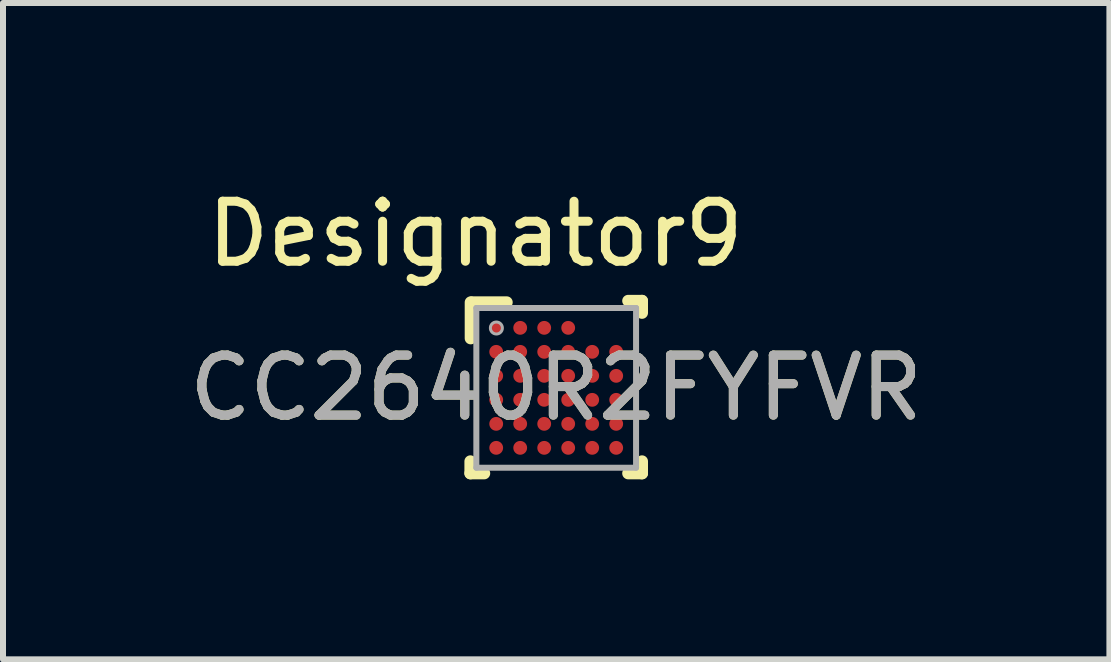
<source format=kicad_pcb>
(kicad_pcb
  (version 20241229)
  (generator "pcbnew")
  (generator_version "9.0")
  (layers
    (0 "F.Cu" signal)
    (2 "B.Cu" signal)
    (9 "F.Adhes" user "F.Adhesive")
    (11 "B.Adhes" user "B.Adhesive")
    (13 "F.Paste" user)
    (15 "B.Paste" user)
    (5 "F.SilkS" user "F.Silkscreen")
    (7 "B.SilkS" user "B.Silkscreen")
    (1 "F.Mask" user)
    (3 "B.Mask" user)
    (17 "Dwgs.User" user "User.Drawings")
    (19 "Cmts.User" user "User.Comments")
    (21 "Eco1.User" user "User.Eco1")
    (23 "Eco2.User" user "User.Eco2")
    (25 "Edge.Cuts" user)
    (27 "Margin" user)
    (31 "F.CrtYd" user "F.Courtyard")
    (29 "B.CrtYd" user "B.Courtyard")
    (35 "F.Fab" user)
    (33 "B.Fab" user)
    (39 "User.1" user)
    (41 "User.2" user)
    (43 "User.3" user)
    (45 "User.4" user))
  (footprint "CC2640R2FYFVR"
    (layer "F.Cu")
    (at 6.22 3.414)
    (property "Reference" "CC2640R2FYFVR" (at 0 0 0) (unlocked yes) (layer "F.SilkS") (effects (font (size 1 1) (thickness 0.15))))
    (attr smd)
    (fp_line (start -1.43 1.425) (end -1.43 1.225) (stroke (width 0.2) (type solid)) (layer "F.SilkS"))
    (fp_line (start -1.43 1.425) (end -1.2 1.425) (stroke (width 0.2) (type solid)) (layer "F.SilkS"))
    (fp_line (start -1.425 -0.825) (end -1.425 -1.425) (stroke (width 0.2) (type solid)) (layer "F.SilkS"))
    (fp_line (start -1.405 -1.425) (end -0.825 -1.425) (stroke (width 0.2) (type solid)) (layer "F.SilkS"))
    (fp_line (start 1.2 -1.45) (end 1.43 -1.45) (stroke (width 0.2) (type solid)) (layer "F.SilkS"))
    (fp_line (start 1.2 1.425) (end 1.43 1.425) (stroke (width 0.2) (type solid)) (layer "F.SilkS"))
    (fp_line (start 1.43 -1.25) (end 1.43 -1.45) (stroke (width 0.2) (type solid)) (layer "F.SilkS"))
    (fp_line (start 1.43 1.425) (end 1.43 1.225) (stroke (width 0.2) (type solid)) (layer "F.SilkS"))
    (fp_circle (center -1.075 -1.075) (end -1.05 -1.075) (stroke (width 0.05) (type solid)) (fill no) (layer "F.Paste"))
    (fp_circle (center -1.075 -0.925) (end -1.05 -0.925) (stroke (width 0.05) (type solid)) (fill no) (layer "F.Paste"))
    (fp_circle (center -1.075 -0.675) (end -1.05 -0.675) (stroke (width 0.05) (type solid)) (fill no) (layer "F.Paste"))
    (fp_circle (center -1.075 -0.525) (end -1.05 -0.525) (stroke (width 0.05) (type solid)) (fill no) (layer "F.Paste"))
    (fp_circle (center -1.075 -0.275) (end -1.05 -0.275) (stroke (width 0.05) (type solid)) (fill no) (layer "F.Paste"))
    (fp_circle (center -1.075 -0.125) (end -1.05 -0.125) (stroke (width 0.05) (type solid)) (fill no) (layer "F.Paste"))
    (fp_circle (center -1.075 0.125) (end -1.05 0.125) (stroke (width 0.05) (type solid)) (fill no) (layer "F.Paste"))
    (fp_circle (center -1.075 0.275) (end -1.05 0.275) (stroke (width 0.05) (type solid)) (fill no) (layer "F.Paste"))
    (fp_circle (center -1.075 0.525) (end -1.05 0.525) (stroke (width 0.05) (type solid)) (fill no) (layer "F.Paste"))
    (fp_circle (center -1.075 0.675) (end -1.05 0.675) (stroke (width 0.05) (type solid)) (fill no) (layer "F.Paste"))
    (fp_circle (center -1.075 0.925) (end -1.05 0.925) (stroke (width 0.05) (type solid)) (fill no) (layer "F.Paste"))
    (fp_circle (center -1.075 1.075) (end -1.05 1.075) (stroke (width 0.05) (type solid)) (fill no) (layer "F.Paste"))
    (fp_circle (center -0.925 -1.075) (end -0.9 -1.075) (stroke (width 0.05) (type solid)) (fill no) (layer "F.Paste"))
    (fp_circle (center -0.925 -0.925) (end -0.9 -0.925) (stroke (width 0.05) (type solid)) (fill no) (layer "F.Paste"))
    (fp_circle (center -0.925 -0.675) (end -0.9 -0.675) (stroke (width 0.05) (type solid)) (fill no) (layer "F.Paste"))
    (fp_circle (center -0.925 -0.525) (end -0.9 -0.525) (stroke (width 0.05) (type solid)) (fill no) (layer "F.Paste"))
    (fp_circle (center -0.925 -0.275) (end -0.9 -0.275) (stroke (width 0.05) (type solid)) (fill no) (layer "F.Paste"))
    (fp_circle (center -0.925 -0.125) (end -0.9 -0.125) (stroke (width 0.05) (type solid)) (fill no) (layer "F.Paste"))
    (fp_circle (center -0.925 0.125) (end -0.9 0.125) (stroke (width 0.05) (type solid)) (fill no) (layer "F.Paste"))
    (fp_circle (center -0.925 0.275) (end -0.9 0.275) (stroke (width 0.05) (type solid)) (fill no) (layer "F.Paste"))
    (fp_circle (center -0.925 0.525) (end -0.9 0.525) (stroke (width 0.05) (type solid)) (fill no) (layer "F.Paste"))
    (fp_circle (center -0.925 0.675) (end -0.9 0.675) (stroke (width 0.05) (type solid)) (fill no) (layer "F.Paste"))
    (fp_circle (center -0.925 0.925) (end -0.9 0.925) (stroke (width 0.05) (type solid)) (fill no) (layer "F.Paste"))
    (fp_circle (center -0.925 1.075) (end -0.9 1.075) (stroke (width 0.05) (type solid)) (fill no) (layer "F.Paste"))
    (fp_circle (center -0.675 -1.075) (end -0.65 -1.075) (stroke (width 0.05) (type solid)) (fill no) (layer "F.Paste"))
    (fp_circle (center -0.675 -0.925) (end -0.65 -0.925) (stroke (width 0.05) (type solid)) (fill no) (layer "F.Paste"))
    (fp_circle (center -0.675 -0.675) (end -0.65 -0.675) (stroke (width 0.05) (type solid)) (fill no) (layer "F.Paste"))
    (fp_circle (center -0.675 -0.525) (end -0.65 -0.525) (stroke (width 0.05) (type solid)) (fill no) (layer "F.Paste"))
    (fp_circle (center -0.675 -0.275) (end -0.65 -0.275) (stroke (width 0.05) (type solid)) (fill no) (layer "F.Paste"))
    (fp_circle (center -0.675 -0.125) (end -0.65 -0.125) (stroke (width 0.05) (type solid)) (fill no) (layer "F.Paste"))
    (fp_circle (center -0.675 0.125) (end -0.65 0.125) (stroke (width 0.05) (type solid)) (fill no) (layer "F.Paste"))
    (fp_circle (center -0.675 0.275) (end -0.65 0.275) (stroke (width 0.05) (type solid)) (fill no) (layer "F.Paste"))
    (fp_circle (center -0.675 0.525) (end -0.65 0.525) (stroke (width 0.05) (type solid)) (fill no) (layer "F.Paste"))
    (fp_circle (center -0.675 0.675) (end -0.65 0.675) (stroke (width 0.05) (type solid)) (fill no) (layer "F.Paste"))
    (fp_circle (center -0.675 0.925) (end -0.65 0.925) (stroke (width 0.05) (type solid)) (fill no) (layer "F.Paste"))
    (fp_circle (center -0.675 1.075) (end -0.65 1.075) (stroke (width 0.05) (type solid)) (fill no) (layer "F.Paste"))
    (fp_circle (center -0.525 -1.075) (end -0.5 -1.075) (stroke (width 0.05) (type solid)) (fill no) (layer "F.Paste"))
    (fp_circle (center -0.525 -0.925) (end -0.5 -0.925) (stroke (width 0.05) (type solid)) (fill no) (layer "F.Paste"))
    (fp_circle (center -0.525 -0.675) (end -0.5 -0.675) (stroke (width 0.05) (type solid)) (fill no) (layer "F.Paste"))
    (fp_circle (center -0.525 -0.525) (end -0.5 -0.525) (stroke (width 0.05) (type solid)) (fill no) (layer "F.Paste"))
    (fp_circle (center -0.525 -0.275) (end -0.5 -0.275) (stroke (width 0.05) (type solid)) (fill no) (layer "F.Paste"))
    (fp_circle (center -0.525 -0.125) (end -0.5 -0.125) (stroke (width 0.05) (type solid)) (fill no) (layer "F.Paste"))
    (fp_circle (center -0.525 0.125) (end -0.5 0.125) (stroke (width 0.05) (type solid)) (fill no) (layer "F.Paste"))
    (fp_circle (center -0.525 0.275) (end -0.5 0.275) (stroke (width 0.05) (type solid)) (fill no) (layer "F.Paste"))
    (fp_circle (center -0.525 0.525) (end -0.5 0.525) (stroke (width 0.05) (type solid)) (fill no) (layer "F.Paste"))
    (fp_circle (center -0.525 0.675) (end -0.5 0.675) (stroke (width 0.05) (type solid)) (fill no) (layer "F.Paste"))
    (fp_circle (center -0.525 0.925) (end -0.5 0.925) (stroke (width 0.05) (type solid)) (fill no) (layer "F.Paste"))
    (fp_circle (center -0.525 1.075) (end -0.5 1.075) (stroke (width 0.05) (type solid)) (fill no) (layer "F.Paste"))
    (fp_circle (center -0.275 -1.075) (end -0.25 -1.075) (stroke (width 0.05) (type solid)) (fill no) (layer "F.Paste"))
    (fp_circle (center -0.275 -0.925) (end -0.25 -0.925) (stroke (width 0.05) (type solid)) (fill no) (layer "F.Paste"))
    (fp_circle (center -0.275 -0.675) (end -0.25 -0.675) (stroke (width 0.05) (type solid)) (fill no) (layer "F.Paste"))
    (fp_circle (center -0.275 -0.525) (end -0.25 -0.525) (stroke (width 0.05) (type solid)) (fill no) (layer "F.Paste"))
    (fp_circle (center -0.275 -0.275) (end -0.25 -0.275) (stroke (width 0.05) (type solid)) (fill no) (layer "F.Paste"))
    (fp_circle (center -0.275 -0.125) (end -0.25 -0.125) (stroke (width 0.05) (type solid)) (fill no) (layer "F.Paste"))
    (fp_circle (center -0.275 0.125) (end -0.25 0.125) (stroke (width 0.05) (type solid)) (fill no) (layer "F.Paste"))
    (fp_circle (center -0.275 0.275) (end -0.25 0.275) (stroke (width 0.05) (type solid)) (fill no) (layer "F.Paste"))
    (fp_circle (center -0.275 0.525) (end -0.25 0.525) (stroke (width 0.05) (type solid)) (fill no) (layer "F.Paste"))
    (fp_circle (center -0.275 0.675) (end -0.25 0.675) (stroke (width 0.05) (type solid)) (fill no) (layer "F.Paste"))
    (fp_circle (center -0.275 0.925) (end -0.25 0.925) (stroke (width 0.05) (type solid)) (fill no) (layer "F.Paste"))
    (fp_circle (center -0.275 1.075) (end -0.25 1.075) (stroke (width 0.05) (type solid)) (fill no) (layer "F.Paste"))
    (fp_circle (center -0.125 -1.075) (end -0.1 -1.075) (stroke (width 0.05) (type solid)) (fill no) (layer "F.Paste"))
    (fp_circle (center -0.125 -0.925) (end -0.1 -0.925) (stroke (width 0.05) (type solid)) (fill no) (layer "F.Paste"))
    (fp_circle (center -0.125 -0.675) (end -0.1 -0.675) (stroke (width 0.05) (type solid)) (fill no) (layer "F.Paste"))
    (fp_circle (center -0.125 -0.525) (end -0.1 -0.525) (stroke (width 0.05) (type solid)) (fill no) (layer "F.Paste"))
    (fp_circle (center -0.125 -0.275) (end -0.1 -0.275) (stroke (width 0.05) (type solid)) (fill no) (layer "F.Paste"))
    (fp_circle (center -0.125 -0.125) (end -0.1 -0.125) (stroke (width 0.05) (type solid)) (fill no) (layer "F.Paste"))
    (fp_circle (center -0.125 0.125) (end -0.1 0.125) (stroke (width 0.05) (type solid)) (fill no) (layer "F.Paste"))
    (fp_circle (center -0.125 0.275) (end -0.1 0.275) (stroke (width 0.05) (type solid)) (fill no) (layer "F.Paste"))
    (fp_circle (center -0.125 0.525) (end -0.1 0.525) (stroke (width 0.05) (type solid)) (fill no) (layer "F.Paste"))
    (fp_circle (center -0.125 0.675) (end -0.1 0.675) (stroke (width 0.05) (type solid)) (fill no) (layer "F.Paste"))
    (fp_circle (center -0.125 0.925) (end -0.1 0.925) (stroke (width 0.05) (type solid)) (fill no) (layer "F.Paste"))
    (fp_circle (center -0.125 1.075) (end -0.1 1.075) (stroke (width 0.05) (type solid)) (fill no) (layer "F.Paste"))
    (fp_circle (center 0.125 -1.075) (end 0.15 -1.075) (stroke (width 0.05) (type solid)) (fill no) (layer "F.Paste"))
    (fp_circle (center 0.125 -0.925) (end 0.15 -0.925) (stroke (width 0.05) (type solid)) (fill no) (layer "F.Paste"))
    (fp_circle (center 0.125 -0.675) (end 0.15 -0.675) (stroke (width 0.05) (type solid)) (fill no) (layer "F.Paste"))
    (fp_circle (center 0.125 -0.525) (end 0.15 -0.525) (stroke (width 0.05) (type solid)) (fill no) (layer "F.Paste"))
    (fp_circle (center 0.125 -0.275) (end 0.15 -0.275) (stroke (width 0.05) (type solid)) (fill no) (layer "F.Paste"))
    (fp_circle (center 0.125 -0.125) (end 0.15 -0.125) (stroke (width 0.05) (type solid)) (fill no) (layer "F.Paste"))
    (fp_circle (center 0.125 0.125) (end 0.15 0.125) (stroke (width 0.05) (type solid)) (fill no) (layer "F.Paste"))
    (fp_circle (center 0.125 0.275) (end 0.15 0.275) (stroke (width 0.05) (type solid)) (fill no) (layer "F.Paste"))
    (fp_circle (center 0.125 0.525) (end 0.15 0.525) (stroke (width 0.05) (type solid)) (fill no) (layer "F.Paste"))
    (fp_circle (center 0.125 0.675) (end 0.15 0.675) (stroke (width 0.05) (type solid)) (fill no) (layer "F.Paste"))
    (fp_circle (center 0.125 0.925) (end 0.15 0.925) (stroke (width 0.05) (type solid)) (fill no) (layer "F.Paste"))
    (fp_circle (center 0.125 1.075) (end 0.15 1.075) (stroke (width 0.05) (type solid)) (fill no) (layer "F.Paste"))
    (fp_circle (center 0.275 -1.075) (end 0.3 -1.075) (stroke (width 0.05) (type solid)) (fill no) (layer "F.Paste"))
    (fp_circle (center 0.275 -0.925) (end 0.3 -0.925) (stroke (width 0.05) (type solid)) (fill no) (layer "F.Paste"))
    (fp_circle (center 0.275 -0.675) (end 0.3 -0.675) (stroke (width 0.05) (type solid)) (fill no) (layer "F.Paste"))
    (fp_circle (center 0.275 -0.525) (end 0.3 -0.525) (stroke (width 0.05) (type solid)) (fill no) (layer "F.Paste"))
    (fp_circle (center 0.275 -0.275) (end 0.3 -0.275) (stroke (width 0.05) (type solid)) (fill no) (layer "F.Paste"))
    (fp_circle (center 0.275 -0.125) (end 0.3 -0.125) (stroke (width 0.05) (type solid)) (fill no) (layer "F.Paste"))
    (fp_circle (center 0.275 0.125) (end 0.3 0.125) (stroke (width 0.05) (type solid)) (fill no) (layer "F.Paste"))
    (fp_circle (center 0.275 0.275) (end 0.3 0.275) (stroke (width 0.05) (type solid)) (fill no) (layer "F.Paste"))
    (fp_circle (center 0.275 0.525) (end 0.3 0.525) (stroke (width 0.05) (type solid)) (fill no) (layer "F.Paste"))
    (fp_circle (center 0.275 0.675) (end 0.3 0.675) (stroke (width 0.05) (type solid)) (fill no) (layer "F.Paste"))
    (fp_circle (center 0.275 0.925) (end 0.3 0.925) (stroke (width 0.05) (type solid)) (fill no) (layer "F.Paste"))
    (fp_circle (center 0.275 1.075) (end 0.3 1.075) (stroke (width 0.05) (type solid)) (fill no) (layer "F.Paste"))
    (fp_circle (center 0.525 -0.675) (end 0.55 -0.675) (stroke (width 0.05) (type solid)) (fill no) (layer "F.Paste"))
    (fp_circle (center 0.525 -0.525) (end 0.55 -0.525) (stroke (width 0.05) (type solid)) (fill no) (layer "F.Paste"))
    (fp_circle (center 0.525 -0.275) (end 0.55 -0.275) (stroke (width 0.05) (type solid)) (fill no) (layer "F.Paste"))
    (fp_circle (center 0.525 -0.125) (end 0.55 -0.125) (stroke (width 0.05) (type solid)) (fill no) (layer "F.Paste"))
    (fp_circle (center 0.525 0.125) (end 0.55 0.125) (stroke (width 0.05) (type solid)) (fill no) (layer "F.Paste"))
    (fp_circle (center 0.525 0.275) (end 0.55 0.275) (stroke (width 0.05) (type solid)) (fill no) (layer "F.Paste"))
    (fp_circle (center 0.525 0.525) (end 0.55 0.525) (stroke (width 0.05) (type solid)) (fill no) (layer "F.Paste"))
    (fp_circle (center 0.525 0.675) (end 0.55 0.675) (stroke (width 0.05) (type solid)) (fill no) (layer "F.Paste"))
    (fp_circle (center 0.525 0.925) (end 0.55 0.925) (stroke (width 0.05) (type solid)) (fill no) (layer "F.Paste"))
    (fp_circle (center 0.525 1.075) (end 0.55 1.075) (stroke (width 0.05) (type solid)) (fill no) (layer "F.Paste"))
    (fp_circle (center 0.675 -0.675) (end 0.7 -0.675) (stroke (width 0.05) (type solid)) (fill no) (layer "F.Paste"))
    (fp_circle (center 0.675 -0.525) (end 0.7 -0.525) (stroke (width 0.05) (type solid)) (fill no) (layer "F.Paste"))
    (fp_circle (center 0.675 -0.275) (end 0.7 -0.275) (stroke (width 0.05) (type solid)) (fill no) (layer "F.Paste"))
    (fp_circle (center 0.675 -0.125) (end 0.7 -0.125) (stroke (width 0.05) (type solid)) (fill no) (layer "F.Paste"))
    (fp_circle (center 0.675 0.125) (end 0.7 0.125) (stroke (width 0.05) (type solid)) (fill no) (layer "F.Paste"))
    (fp_circle (center 0.675 0.275) (end 0.7 0.275) (stroke (width 0.05) (type solid)) (fill no) (layer "F.Paste"))
    (fp_circle (center 0.675 0.525) (end 0.7 0.525) (stroke (width 0.05) (type solid)) (fill no) (layer "F.Paste"))
    (fp_circle (center 0.675 0.675) (end 0.7 0.675) (stroke (width 0.05) (type solid)) (fill no) (layer "F.Paste"))
    (fp_circle (center 0.675 0.925) (end 0.7 0.925) (stroke (width 0.05) (type solid)) (fill no) (layer "F.Paste"))
    (fp_circle (center 0.675 1.075) (end 0.7 1.075) (stroke (width 0.05) (type solid)) (fill no) (layer "F.Paste"))
    (fp_circle (center 0.925 -0.675) (end 0.95 -0.675) (stroke (width 0.05) (type solid)) (fill no) (layer "F.Paste"))
    (fp_circle (center 0.925 -0.525) (end 0.95 -0.525) (stroke (width 0.05) (type solid)) (fill no) (layer "F.Paste"))
    (fp_circle (center 0.925 -0.275) (end 0.95 -0.275) (stroke (width 0.05) (type solid)) (fill no) (layer "F.Paste"))
    (fp_circle (center 0.925 -0.125) (end 0.95 -0.125) (stroke (width 0.05) (type solid)) (fill no) (layer "F.Paste"))
    (fp_circle (center 0.925 0.125) (end 0.95 0.125) (stroke (width 0.05) (type solid)) (fill no) (layer "F.Paste"))
    (fp_circle (center 0.925 0.275) (end 0.95 0.275) (stroke (width 0.05) (type solid)) (fill no) (layer "F.Paste"))
    (fp_circle (center 0.925 0.525) (end 0.95 0.525) (stroke (width 0.05) (type solid)) (fill no) (layer "F.Paste"))
    (fp_circle (center 0.925 0.675) (end 0.95 0.675) (stroke (width 0.05) (type solid)) (fill no) (layer "F.Paste"))
    (fp_circle (center 0.925 0.925) (end 0.95 0.925) (stroke (width 0.05) (type solid)) (fill no) (layer "F.Paste"))
    (fp_circle (center 0.925 1.075) (end 0.95 1.075) (stroke (width 0.05) (type solid)) (fill no) (layer "F.Paste"))
    (fp_circle (center 1.075 -0.675) (end 1.1 -0.675) (stroke (width 0.05) (type solid)) (fill no) (layer "F.Paste"))
    (fp_circle (center 1.075 -0.525) (end 1.1 -0.525) (stroke (width 0.05) (type solid)) (fill no) (layer "F.Paste"))
    (fp_circle (center 1.075 -0.275) (end 1.1 -0.275) (stroke (width 0.05) (type solid)) (fill no) (layer "F.Paste"))
    (fp_circle (center 1.075 -0.125) (end 1.1 -0.125) (stroke (width 0.05) (type solid)) (fill no) (layer "F.Paste"))
    (fp_circle (center 1.075 0.125) (end 1.1 0.125) (stroke (width 0.05) (type solid)) (fill no) (layer "F.Paste"))
    (fp_circle (center 1.075 0.275) (end 1.1 0.275) (stroke (width 0.05) (type solid)) (fill no) (layer "F.Paste"))
    (fp_circle (center 1.075 0.525) (end 1.1 0.525) (stroke (width 0.05) (type solid)) (fill no) (layer "F.Paste"))
    (fp_circle (center 1.075 0.675) (end 1.1 0.675) (stroke (width 0.05) (type solid)) (fill no) (layer "F.Paste"))
    (fp_circle (center 1.075 0.925) (end 1.1 0.925) (stroke (width 0.05) (type solid)) (fill no) (layer "F.Paste"))
    (fp_circle (center 1.075 1.075) (end 1.1 1.075) (stroke (width 0.05) (type solid)) (fill no) (layer "F.Paste"))
    (fp_poly (pts (xy -1.125 -1.075) (xy -1.125 -0.925) (xy -1.075 -0.925) (xy -1.075 -1.075)) (stroke (width 0) (type solid)) (fill yes) (layer "F.Paste"))
    (fp_poly (pts (xy -1.125 -0.675) (xy -1.125 -0.525) (xy -1.075 -0.525) (xy -1.075 -0.675)) (stroke (width 0) (type solid)) (fill yes) (layer "F.Paste"))
    (fp_poly (pts (xy -1.125 -0.275) (xy -1.125 -0.125) (xy -1.075 -0.125) (xy -1.075 -0.275)) (stroke (width 0) (type solid)) (fill yes) (layer "F.Paste"))
    (fp_poly (pts (xy -1.125 0.125) (xy -1.125 0.275) (xy -1.075 0.275) (xy -1.075 0.125)) (stroke (width 0) (type solid)) (fill yes) (layer "F.Paste"))
    (fp_poly (pts (xy -1.125 0.525) (xy -1.125 0.675) (xy -1.075 0.675) (xy -1.075 0.525)) (stroke (width 0) (type solid)) (fill yes) (layer "F.Paste"))
    (fp_poly (pts (xy -1.125 0.925) (xy -1.125 1.075) (xy -1.075 1.075) (xy -1.075 0.925)) (stroke (width 0) (type solid)) (fill yes) (layer "F.Paste"))
    (fp_poly (pts (xy -1.075 -0.875) (xy -0.925 -0.875) (xy -0.925 -0.925) (xy -1.075 -0.925)) (stroke (width 0) (type solid)) (fill yes) (layer "F.Paste"))
    (fp_poly (pts (xy -1.075 -0.475) (xy -0.925 -0.475) (xy -0.925 -0.525) (xy -1.075 -0.525)) (stroke (width 0) (type solid)) (fill yes) (layer "F.Paste"))
    (fp_poly (pts (xy -1.075 -0.075) (xy -0.925 -0.075) (xy -0.925 -0.125) (xy -1.075 -0.125)) (stroke (width 0) (type solid)) (fill yes) (layer "F.Paste"))
    (fp_poly (pts (xy -1.075 0.325) (xy -0.925 0.325) (xy -0.925 0.275) (xy -1.075 0.275)) (stroke (width 0) (type solid)) (fill yes) (layer "F.Paste"))
    (fp_poly (pts (xy -1.075 0.725) (xy -0.925 0.725) (xy -0.925 0.675) (xy -1.075 0.675)) (stroke (width 0) (type solid)) (fill yes) (layer "F.Paste"))
    (fp_poly (pts (xy -1.075 1.125) (xy -0.925 1.125) (xy -0.925 1.075) (xy -1.075 1.075)) (stroke (width 0) (type solid)) (fill yes) (layer "F.Paste"))
    (fp_poly (pts (xy -0.925 -1.125) (xy -1.075 -1.125) (xy -1.075 -1.075) (xy -0.925 -1.075)) (stroke (width 0) (type solid)) (fill yes) (layer "F.Paste"))
    (fp_poly (pts (xy -0.925 -0.725) (xy -1.075 -0.725) (xy -1.075 -0.675) (xy -0.925 -0.675)) (stroke (width 0) (type solid)) (fill yes) (layer "F.Paste"))
    (fp_poly (pts (xy -0.925 -0.325) (xy -1.075 -0.325) (xy -1.075 -0.275) (xy -0.925 -0.275)) (stroke (width 0) (type solid)) (fill yes) (layer "F.Paste"))
    (fp_poly (pts (xy -0.925 0.075) (xy -1.075 0.075) (xy -1.075 0.125) (xy -0.925 0.125)) (stroke (width 0) (type solid)) (fill yes) (layer "F.Paste"))
    (fp_poly (pts (xy -0.925 0.475) (xy -1.075 0.475) (xy -1.075 0.525) (xy -0.925 0.525)) (stroke (width 0) (type solid)) (fill yes) (layer "F.Paste"))
    (fp_poly (pts (xy -0.925 0.875) (xy -1.075 0.875) (xy -1.075 0.925) (xy -0.925 0.925)) (stroke (width 0) (type solid)) (fill yes) (layer "F.Paste"))
    (fp_poly (pts (xy -0.925 -0.925) (xy -0.925 -1.075) (xy -1.075 -1.075) (xy -1.075 -0.925)) (stroke (width 0) (type solid)) (fill yes) (layer "F.Paste"))
    (fp_poly (pts (xy -0.925 -0.525) (xy -0.925 -0.675) (xy -1.075 -0.675) (xy -1.075 -0.525)) (stroke (width 0) (type solid)) (fill yes) (layer "F.Paste"))
    (fp_poly (pts (xy -0.925 -0.125) (xy -0.925 -0.275) (xy -1.075 -0.275) (xy -1.075 -0.125)) (stroke (width 0) (type solid)) (fill yes) (layer "F.Paste"))
    (fp_poly (pts (xy -0.925 0.275) (xy -0.925 0.125) (xy -1.075 0.125) (xy -1.075 0.275)) (stroke (width 0) (type solid)) (fill yes) (layer "F.Paste"))
    (fp_poly (pts (xy -0.925 0.675) (xy -0.925 0.525) (xy -1.075 0.525) (xy -1.075 0.675)) (stroke (width 0) (type solid)) (fill yes) (layer "F.Paste"))
    (fp_poly (pts (xy -0.925 1.075) (xy -0.925 0.925) (xy -1.075 0.925) (xy -1.075 1.075)) (stroke (width 0) (type solid)) (fill yes) (layer "F.Paste"))
    (fp_poly (pts (xy -0.875 -0.925) (xy -0.875 -1.075) (xy -0.925 -1.075) (xy -0.925 -0.925)) (stroke (width 0) (type solid)) (fill yes) (layer "F.Paste"))
    (fp_poly (pts (xy -0.875 -0.525) (xy -0.875 -0.675) (xy -0.925 -0.675) (xy -0.925 -0.525)) (stroke (width 0) (type solid)) (fill yes) (layer "F.Paste"))
    (fp_poly (pts (xy -0.875 -0.125) (xy -0.875 -0.275) (xy -0.925 -0.275) (xy -0.925 -0.125)) (stroke (width 0) (type solid)) (fill yes) (layer "F.Paste"))
    (fp_poly (pts (xy -0.875 0.275) (xy -0.875 0.125) (xy -0.925 0.125) (xy -0.925 0.275)) (stroke (width 0) (type solid)) (fill yes) (layer "F.Paste"))
    (fp_poly (pts (xy -0.875 0.675) (xy -0.875 0.525) (xy -0.925 0.525) (xy -0.925 0.675)) (stroke (width 0) (type solid)) (fill yes) (layer "F.Paste"))
    (fp_poly (pts (xy -0.875 1.075) (xy -0.875 0.925) (xy -0.925 0.925) (xy -0.925 1.075)) (stroke (width 0) (type solid)) (fill yes) (layer "F.Paste"))
    (fp_poly (pts (xy -0.725 -1.075) (xy -0.725 -0.925) (xy -0.675 -0.925) (xy -0.675 -1.075)) (stroke (width 0) (type solid)) (fill yes) (layer "F.Paste"))
    (fp_poly (pts (xy -0.725 -0.675) (xy -0.725 -0.525) (xy -0.675 -0.525) (xy -0.675 -0.675)) (stroke (width 0) (type solid)) (fill yes) (layer "F.Paste"))
    (fp_poly (pts (xy -0.725 -0.275) (xy -0.725 -0.125) (xy -0.675 -0.125) (xy -0.675 -0.275)) (stroke (width 0) (type solid)) (fill yes) (layer "F.Paste"))
    (fp_poly (pts (xy -0.725 0.125) (xy -0.725 0.275) (xy -0.675 0.275) (xy -0.675 0.125)) (stroke (width 0) (type solid)) (fill yes) (layer "F.Paste"))
    (fp_poly (pts (xy -0.725 0.525) (xy -0.725 0.675) (xy -0.675 0.675) (xy -0.675 0.525)) (stroke (width 0) (type solid)) (fill yes) (layer "F.Paste"))
    (fp_poly (pts (xy -0.725 0.925) (xy -0.725 1.075) (xy -0.675 1.075) (xy -0.675 0.925)) (stroke (width 0) (type solid)) (fill yes) (layer "F.Paste"))
    (fp_poly (pts (xy -0.675 -0.875) (xy -0.525 -0.875) (xy -0.525 -0.925) (xy -0.675 -0.925)) (stroke (width 0) (type solid)) (fill yes) (layer "F.Paste"))
    (fp_poly (pts (xy -0.675 -0.475) (xy -0.525 -0.475) (xy -0.525 -0.525) (xy -0.675 -0.525)) (stroke (width 0) (type solid)) (fill yes) (layer "F.Paste"))
    (fp_poly (pts (xy -0.675 -0.075) (xy -0.525 -0.075) (xy -0.525 -0.125) (xy -0.675 -0.125)) (stroke (width 0) (type solid)) (fill yes) (layer "F.Paste"))
    (fp_poly (pts (xy -0.675 0.325) (xy -0.525 0.325) (xy -0.525 0.275) (xy -0.675 0.275)) (stroke (width 0) (type solid)) (fill yes) (layer "F.Paste"))
    (fp_poly (pts (xy -0.675 0.725) (xy -0.525 0.725) (xy -0.525 0.675) (xy -0.675 0.675)) (stroke (width 0) (type solid)) (fill yes) (layer "F.Paste"))
    (fp_poly (pts (xy -0.675 1.125) (xy -0.525 1.125) (xy -0.525 1.075) (xy -0.675 1.075)) (stroke (width 0) (type solid)) (fill yes) (layer "F.Paste"))
    (fp_poly (pts (xy -0.525 -1.125) (xy -0.675 -1.125) (xy -0.675 -1.075) (xy -0.525 -1.075)) (stroke (width 0) (type solid)) (fill yes) (layer "F.Paste"))
    (fp_poly (pts (xy -0.525 -0.725) (xy -0.675 -0.725) (xy -0.675 -0.675) (xy -0.525 -0.675)) (stroke (width 0) (type solid)) (fill yes) (layer "F.Paste"))
    (fp_poly (pts (xy -0.525 -0.325) (xy -0.675 -0.325) (xy -0.675 -0.275) (xy -0.525 -0.275)) (stroke (width 0) (type solid)) (fill yes) (layer "F.Paste"))
    (fp_poly (pts (xy -0.525 0.075) (xy -0.675 0.075) (xy -0.675 0.125) (xy -0.525 0.125)) (stroke (width 0) (type solid)) (fill yes) (layer "F.Paste"))
    (fp_poly (pts (xy -0.525 0.475) (xy -0.675 0.475) (xy -0.675 0.525) (xy -0.525 0.525)) (stroke (width 0) (type solid)) (fill yes) (layer "F.Paste"))
    (fp_poly (pts (xy -0.525 0.875) (xy -0.675 0.875) (xy -0.675 0.925) (xy -0.525 0.925)) (stroke (width 0) (type solid)) (fill yes) (layer "F.Paste"))
    (fp_poly (pts (xy -0.525 -0.925) (xy -0.525 -1.075) (xy -0.675 -1.075) (xy -0.675 -0.925)) (stroke (width 0) (type solid)) (fill yes) (layer "F.Paste"))
    (fp_poly (pts (xy -0.525 -0.525) (xy -0.525 -0.675) (xy -0.675 -0.675) (xy -0.675 -0.525)) (stroke (width 0) (type solid)) (fill yes) (layer "F.Paste"))
    (fp_poly (pts (xy -0.525 -0.125) (xy -0.525 -0.275) (xy -0.675 -0.275) (xy -0.675 -0.125)) (stroke (width 0) (type solid)) (fill yes) (layer "F.Paste"))
    (fp_poly (pts (xy -0.525 0.275) (xy -0.525 0.125) (xy -0.675 0.125) (xy -0.675 0.275)) (stroke (width 0) (type solid)) (fill yes) (layer "F.Paste"))
    (fp_poly (pts (xy -0.525 0.675) (xy -0.525 0.525) (xy -0.675 0.525) (xy -0.675 0.675)) (stroke (width 0) (type solid)) (fill yes) (layer "F.Paste"))
    (fp_poly (pts (xy -0.525 1.075) (xy -0.525 0.925) (xy -0.675 0.925) (xy -0.675 1.075)) (stroke (width 0) (type solid)) (fill yes) (layer "F.Paste"))
    (fp_poly (pts (xy -0.475 -0.925) (xy -0.475 -1.075) (xy -0.525 -1.075) (xy -0.525 -0.925)) (stroke (width 0) (type solid)) (fill yes) (layer "F.Paste"))
    (fp_poly (pts (xy -0.475 -0.525) (xy -0.475 -0.675) (xy -0.525 -0.675) (xy -0.525 -0.525)) (stroke (width 0) (type solid)) (fill yes) (layer "F.Paste"))
    (fp_poly (pts (xy -0.475 -0.125) (xy -0.475 -0.275) (xy -0.525 -0.275) (xy -0.525 -0.125)) (stroke (width 0) (type solid)) (fill yes) (layer "F.Paste"))
    (fp_poly (pts (xy -0.475 0.275) (xy -0.475 0.125) (xy -0.525 0.125) (xy -0.525 0.275)) (stroke (width 0) (type solid)) (fill yes) (layer "F.Paste"))
    (fp_poly (pts (xy -0.475 0.675) (xy -0.475 0.525) (xy -0.525 0.525) (xy -0.525 0.675)) (stroke (width 0) (type solid)) (fill yes) (layer "F.Paste"))
    (fp_poly (pts (xy -0.475 1.075) (xy -0.475 0.925) (xy -0.525 0.925) (xy -0.525 1.075)) (stroke (width 0) (type solid)) (fill yes) (layer "F.Paste"))
    (fp_poly (pts (xy -0.325 -1.075) (xy -0.325 -0.925) (xy -0.275 -0.925) (xy -0.275 -1.075)) (stroke (width 0) (type solid)) (fill yes) (layer "F.Paste"))
    (fp_poly (pts (xy -0.325 -0.675) (xy -0.325 -0.525) (xy -0.275 -0.525) (xy -0.275 -0.675)) (stroke (width 0) (type solid)) (fill yes) (layer "F.Paste"))
    (fp_poly (pts (xy -0.325 -0.275) (xy -0.325 -0.125) (xy -0.275 -0.125) (xy -0.275 -0.275)) (stroke (width 0) (type solid)) (fill yes) (layer "F.Paste"))
    (fp_poly (pts (xy -0.325 0.125) (xy -0.325 0.275) (xy -0.275 0.275) (xy -0.275 0.125)) (stroke (width 0) (type solid)) (fill yes) (layer "F.Paste"))
    (fp_poly (pts (xy -0.325 0.525) (xy -0.325 0.675) (xy -0.275 0.675) (xy -0.275 0.525)) (stroke (width 0) (type solid)) (fill yes) (layer "F.Paste"))
    (fp_poly (pts (xy -0.325 0.925) (xy -0.325 1.075) (xy -0.275 1.075) (xy -0.275 0.925)) (stroke (width 0) (type solid)) (fill yes) (layer "F.Paste"))
    (fp_poly (pts (xy -0.275 -0.875) (xy -0.125 -0.875) (xy -0.125 -0.925) (xy -0.275 -0.925)) (stroke (width 0) (type solid)) (fill yes) (layer "F.Paste"))
    (fp_poly (pts (xy -0.275 -0.475) (xy -0.125 -0.475) (xy -0.125 -0.525) (xy -0.275 -0.525)) (stroke (width 0) (type solid)) (fill yes) (layer "F.Paste"))
    (fp_poly (pts (xy -0.275 -0.075) (xy -0.125 -0.075) (xy -0.125 -0.125) (xy -0.275 -0.125)) (stroke (width 0) (type solid)) (fill yes) (layer "F.Paste"))
    (fp_poly (pts (xy -0.275 0.325) (xy -0.125 0.325) (xy -0.125 0.275) (xy -0.275 0.275)) (stroke (width 0) (type solid)) (fill yes) (layer "F.Paste"))
    (fp_poly (pts (xy -0.275 0.725) (xy -0.125 0.725) (xy -0.125 0.675) (xy -0.275 0.675)) (stroke (width 0) (type solid)) (fill yes) (layer "F.Paste"))
    (fp_poly (pts (xy -0.275 1.125) (xy -0.125 1.125) (xy -0.125 1.075) (xy -0.275 1.075)) (stroke (width 0) (type solid)) (fill yes) (layer "F.Paste"))
    (fp_poly (pts (xy -0.125 -1.125) (xy -0.275 -1.125) (xy -0.275 -1.075) (xy -0.125 -1.075)) (stroke (width 0) (type solid)) (fill yes) (layer "F.Paste"))
    (fp_poly (pts (xy -0.125 -0.725) (xy -0.275 -0.725) (xy -0.275 -0.675) (xy -0.125 -0.675)) (stroke (width 0) (type solid)) (fill yes) (layer "F.Paste"))
    (fp_poly (pts (xy -0.125 -0.325) (xy -0.275 -0.325) (xy -0.275 -0.275) (xy -0.125 -0.275)) (stroke (width 0) (type solid)) (fill yes) (layer "F.Paste"))
    (fp_poly (pts (xy -0.125 0.075) (xy -0.275 0.075) (xy -0.275 0.125) (xy -0.125 0.125)) (stroke (width 0) (type solid)) (fill yes) (layer "F.Paste"))
    (fp_poly (pts (xy -0.125 0.475) (xy -0.275 0.475) (xy -0.275 0.525) (xy -0.125 0.525)) (stroke (width 0) (type solid)) (fill yes) (layer "F.Paste"))
    (fp_poly (pts (xy -0.125 0.875) (xy -0.275 0.875) (xy -0.275 0.925) (xy -0.125 0.925)) (stroke (width 0) (type solid)) (fill yes) (layer "F.Paste"))
    (fp_poly (pts (xy -0.125 -0.925) (xy -0.125 -1.075) (xy -0.275 -1.075) (xy -0.275 -0.925)) (stroke (width 0) (type solid)) (fill yes) (layer "F.Paste"))
    (fp_poly (pts (xy -0.125 -0.525) (xy -0.125 -0.675) (xy -0.275 -0.675) (xy -0.275 -0.525)) (stroke (width 0) (type solid)) (fill yes) (layer "F.Paste"))
    (fp_poly (pts (xy -0.125 -0.125) (xy -0.125 -0.275) (xy -0.275 -0.275) (xy -0.275 -0.125)) (stroke (width 0) (type solid)) (fill yes) (layer "F.Paste"))
    (fp_poly (pts (xy -0.125 0.275) (xy -0.125 0.125) (xy -0.275 0.125) (xy -0.275 0.275)) (stroke (width 0) (type solid)) (fill yes) (layer "F.Paste"))
    (fp_poly (pts (xy -0.125 0.675) (xy -0.125 0.525) (xy -0.275 0.525) (xy -0.275 0.675)) (stroke (width 0) (type solid)) (fill yes) (layer "F.Paste"))
    (fp_poly (pts (xy -0.125 1.075) (xy -0.125 0.925) (xy -0.275 0.925) (xy -0.275 1.075)) (stroke (width 0) (type solid)) (fill yes) (layer "F.Paste"))
    (fp_poly (pts (xy -0.075 -0.925) (xy -0.075 -1.075) (xy -0.125 -1.075) (xy -0.125 -0.925)) (stroke (width 0) (type solid)) (fill yes) (layer "F.Paste"))
    (fp_poly (pts (xy -0.075 -0.525) (xy -0.075 -0.675) (xy -0.125 -0.675) (xy -0.125 -0.525)) (stroke (width 0) (type solid)) (fill yes) (layer "F.Paste"))
    (fp_poly (pts (xy -0.075 -0.125) (xy -0.075 -0.275) (xy -0.125 -0.275) (xy -0.125 -0.125)) (stroke (width 0) (type solid)) (fill yes) (layer "F.Paste"))
    (fp_poly (pts (xy -0.075 0.275) (xy -0.075 0.125) (xy -0.125 0.125) (xy -0.125 0.275)) (stroke (width 0) (type solid)) (fill yes) (layer "F.Paste"))
    (fp_poly (pts (xy -0.075 0.675) (xy -0.075 0.525) (xy -0.125 0.525) (xy -0.125 0.675)) (stroke (width 0) (type solid)) (fill yes) (layer "F.Paste"))
    (fp_poly (pts (xy -0.075 1.075) (xy -0.075 0.925) (xy -0.125 0.925) (xy -0.125 1.075)) (stroke (width 0) (type solid)) (fill yes) (layer "F.Paste"))
    (fp_poly (pts (xy 0.075 -1.075) (xy 0.075 -0.925) (xy 0.125 -0.925) (xy 0.125 -1.075)) (stroke (width 0) (type solid)) (fill yes) (layer "F.Paste"))
    (fp_poly (pts (xy 0.075 -0.675) (xy 0.075 -0.525) (xy 0.125 -0.525) (xy 0.125 -0.675)) (stroke (width 0) (type solid)) (fill yes) (layer "F.Paste"))
    (fp_poly (pts (xy 0.075 -0.275) (xy 0.075 -0.125) (xy 0.125 -0.125) (xy 0.125 -0.275)) (stroke (width 0) (type solid)) (fill yes) (layer "F.Paste"))
    (fp_poly (pts (xy 0.075 0.125) (xy 0.075 0.275) (xy 0.125 0.275) (xy 0.125 0.125)) (stroke (width 0) (type solid)) (fill yes) (layer "F.Paste"))
    (fp_poly (pts (xy 0.075 0.525) (xy 0.075 0.675) (xy 0.125 0.675) (xy 0.125 0.525)) (stroke (width 0) (type solid)) (fill yes) (layer "F.Paste"))
    (fp_poly (pts (xy 0.075 0.925) (xy 0.075 1.075) (xy 0.125 1.075) (xy 0.125 0.925)) (stroke (width 0) (type solid)) (fill yes) (layer "F.Paste"))
    (fp_poly (pts (xy 0.125 -0.875) (xy 0.275 -0.875) (xy 0.275 -0.925) (xy 0.125 -0.925)) (stroke (width 0) (type solid)) (fill yes) (layer "F.Paste"))
    (fp_poly (pts (xy 0.125 -0.475) (xy 0.275 -0.475) (xy 0.275 -0.525) (xy 0.125 -0.525)) (stroke (width 0) (type solid)) (fill yes) (layer "F.Paste"))
    (fp_poly (pts (xy 0.125 -0.075) (xy 0.275 -0.075) (xy 0.275 -0.125) (xy 0.125 -0.125)) (stroke (width 0) (type solid)) (fill yes) (layer "F.Paste"))
    (fp_poly (pts (xy 0.125 0.325) (xy 0.275 0.325) (xy 0.275 0.275) (xy 0.125 0.275)) (stroke (width 0) (type solid)) (fill yes) (layer "F.Paste"))
    (fp_poly (pts (xy 0.125 0.725) (xy 0.275 0.725) (xy 0.275 0.675) (xy 0.125 0.675)) (stroke (width 0) (type solid)) (fill yes) (layer "F.Paste"))
    (fp_poly (pts (xy 0.125 1.125) (xy 0.275 1.125) (xy 0.275 1.075) (xy 0.125 1.075)) (stroke (width 0) (type solid)) (fill yes) (layer "F.Paste"))
    (fp_poly (pts (xy 0.275 -1.125) (xy 0.125 -1.125) (xy 0.125 -1.075) (xy 0.275 -1.075)) (stroke (width 0) (type solid)) (fill yes) (layer "F.Paste"))
    (fp_poly (pts (xy 0.275 -0.725) (xy 0.125 -0.725) (xy 0.125 -0.675) (xy 0.275 -0.675)) (stroke (width 0) (type solid)) (fill yes) (layer "F.Paste"))
    (fp_poly (pts (xy 0.275 -0.325) (xy 0.125 -0.325) (xy 0.125 -0.275) (xy 0.275 -0.275)) (stroke (width 0) (type solid)) (fill yes) (layer "F.Paste"))
    (fp_poly (pts (xy 0.275 0.075) (xy 0.125 0.075) (xy 0.125 0.125) (xy 0.275 0.125)) (stroke (width 0) (type solid)) (fill yes) (layer "F.Paste"))
    (fp_poly (pts (xy 0.275 0.475) (xy 0.125 0.475) (xy 0.125 0.525) (xy 0.275 0.525)) (stroke (width 0) (type solid)) (fill yes) (layer "F.Paste"))
    (fp_poly (pts (xy 0.275 0.875) (xy 0.125 0.875) (xy 0.125 0.925) (xy 0.275 0.925)) (stroke (width 0) (type solid)) (fill yes) (layer "F.Paste"))
    (fp_poly (pts (xy 0.275 -0.925) (xy 0.275 -1.075) (xy 0.125 -1.075) (xy 0.125 -0.925)) (stroke (width 0) (type solid)) (fill yes) (layer "F.Paste"))
    (fp_poly (pts (xy 0.275 -0.525) (xy 0.275 -0.675) (xy 0.125 -0.675) (xy 0.125 -0.525)) (stroke (width 0) (type solid)) (fill yes) (layer "F.Paste"))
    (fp_poly (pts (xy 0.275 -0.125) (xy 0.275 -0.275) (xy 0.125 -0.275) (xy 0.125 -0.125)) (stroke (width 0) (type solid)) (fill yes) (layer "F.Paste"))
    (fp_poly (pts (xy 0.275 0.275) (xy 0.275 0.125) (xy 0.125 0.125) (xy 0.125 0.275)) (stroke (width 0) (type solid)) (fill yes) (layer "F.Paste"))
    (fp_poly (pts (xy 0.275 0.675) (xy 0.275 0.525) (xy 0.125 0.525) (xy 0.125 0.675)) (stroke (width 0) (type solid)) (fill yes) (layer "F.Paste"))
    (fp_poly (pts (xy 0.275 1.075) (xy 0.275 0.925) (xy 0.125 0.925) (xy 0.125 1.075)) (stroke (width 0) (type solid)) (fill yes) (layer "F.Paste"))
    (fp_poly (pts (xy 0.325 -0.925) (xy 0.325 -1.075) (xy 0.275 -1.075) (xy 0.275 -0.925)) (stroke (width 0) (type solid)) (fill yes) (layer "F.Paste"))
    (fp_poly (pts (xy 0.325 -0.525) (xy 0.325 -0.675) (xy 0.275 -0.675) (xy 0.275 -0.525)) (stroke (width 0) (type solid)) (fill yes) (layer "F.Paste"))
    (fp_poly (pts (xy 0.325 -0.125) (xy 0.325 -0.275) (xy 0.275 -0.275) (xy 0.275 -0.125)) (stroke (width 0) (type solid)) (fill yes) (layer "F.Paste"))
    (fp_poly (pts (xy 0.325 0.275) (xy 0.325 0.125) (xy 0.275 0.125) (xy 0.275 0.275)) (stroke (width 0) (type solid)) (fill yes) (layer "F.Paste"))
    (fp_poly (pts (xy 0.325 0.675) (xy 0.325 0.525) (xy 0.275 0.525) (xy 0.275 0.675)) (stroke (width 0) (type solid)) (fill yes) (layer "F.Paste"))
    (fp_poly (pts (xy 0.325 1.075) (xy 0.325 0.925) (xy 0.275 0.925) (xy 0.275 1.075)) (stroke (width 0) (type solid)) (fill yes) (layer "F.Paste"))
    (fp_poly (pts (xy 0.475 -0.675) (xy 0.475 -0.525) (xy 0.525 -0.525) (xy 0.525 -0.675)) (stroke (width 0) (type solid)) (fill yes) (layer "F.Paste"))
    (fp_poly (pts (xy 0.475 -0.275) (xy 0.475 -0.125) (xy 0.525 -0.125) (xy 0.525 -0.275)) (stroke (width 0) (type solid)) (fill yes) (layer "F.Paste"))
    (fp_poly (pts (xy 0.475 0.125) (xy 0.475 0.275) (xy 0.525 0.275) (xy 0.525 0.125)) (stroke (width 0) (type solid)) (fill yes) (layer "F.Paste"))
    (fp_poly (pts (xy 0.475 0.525) (xy 0.475 0.675) (xy 0.525 0.675) (xy 0.525 0.525)) (stroke (width 0) (type solid)) (fill yes) (layer "F.Paste"))
    (fp_poly (pts (xy 0.475 0.925) (xy 0.475 1.075) (xy 0.525 1.075) (xy 0.525 0.925)) (stroke (width 0) (type solid)) (fill yes) (layer "F.Paste"))
    (fp_poly (pts (xy 0.525 -0.475) (xy 0.675 -0.475) (xy 0.675 -0.525) (xy 0.525 -0.525)) (stroke (width 0) (type solid)) (fill yes) (layer "F.Paste"))
    (fp_poly (pts (xy 0.525 -0.075) (xy 0.675 -0.075) (xy 0.675 -0.125) (xy 0.525 -0.125)) (stroke (width 0) (type solid)) (fill yes) (layer "F.Paste"))
    (fp_poly (pts (xy 0.525 0.325) (xy 0.675 0.325) (xy 0.675 0.275) (xy 0.525 0.275)) (stroke (width 0) (type solid)) (fill yes) (layer "F.Paste"))
    (fp_poly (pts (xy 0.525 0.725) (xy 0.675 0.725) (xy 0.675 0.675) (xy 0.525 0.675)) (stroke (width 0) (type solid)) (fill yes) (layer "F.Paste"))
    (fp_poly (pts (xy 0.525 1.125) (xy 0.675 1.125) (xy 0.675 1.075) (xy 0.525 1.075)) (stroke (width 0) (type solid)) (fill yes) (layer "F.Paste"))
    (fp_poly (pts (xy 0.675 -0.725) (xy 0.525 -0.725) (xy 0.525 -0.675) (xy 0.675 -0.675)) (stroke (width 0) (type solid)) (fill yes) (layer "F.Paste"))
    (fp_poly (pts (xy 0.675 -0.325) (xy 0.525 -0.325) (xy 0.525 -0.275) (xy 0.675 -0.275)) (stroke (width 0) (type solid)) (fill yes) (layer "F.Paste"))
    (fp_poly (pts (xy 0.675 0.075) (xy 0.525 0.075) (xy 0.525 0.125) (xy 0.675 0.125)) (stroke (width 0) (type solid)) (fill yes) (layer "F.Paste"))
    (fp_poly (pts (xy 0.675 0.475) (xy 0.525 0.475) (xy 0.525 0.525) (xy 0.675 0.525)) (stroke (width 0) (type solid)) (fill yes) (layer "F.Paste"))
    (fp_poly (pts (xy 0.675 0.875) (xy 0.525 0.875) (xy 0.525 0.925) (xy 0.675 0.925)) (stroke (width 0) (type solid)) (fill yes) (layer "F.Paste"))
    (fp_poly (pts (xy 0.675 -0.525) (xy 0.675 -0.675) (xy 0.525 -0.675) (xy 0.525 -0.525)) (stroke (width 0) (type solid)) (fill yes) (layer "F.Paste"))
    (fp_poly (pts (xy 0.675 -0.125) (xy 0.675 -0.275) (xy 0.525 -0.275) (xy 0.525 -0.125)) (stroke (width 0) (type solid)) (fill yes) (layer "F.Paste"))
    (fp_poly (pts (xy 0.675 0.275) (xy 0.675 0.125) (xy 0.525 0.125) (xy 0.525 0.275)) (stroke (width 0) (type solid)) (fill yes) (layer "F.Paste"))
    (fp_poly (pts (xy 0.675 0.675) (xy 0.675 0.525) (xy 0.525 0.525) (xy 0.525 0.675)) (stroke (width 0) (type solid)) (fill yes) (layer "F.Paste"))
    (fp_poly (pts (xy 0.675 1.075) (xy 0.675 0.925) (xy 0.525 0.925) (xy 0.525 1.075)) (stroke (width 0) (type solid)) (fill yes) (layer "F.Paste"))
    (fp_poly (pts (xy 0.725 -0.525) (xy 0.725 -0.675) (xy 0.675 -0.675) (xy 0.675 -0.525)) (stroke (width 0) (type solid)) (fill yes) (layer "F.Paste"))
    (fp_poly (pts (xy 0.725 -0.125) (xy 0.725 -0.275) (xy 0.675 -0.275) (xy 0.675 -0.125)) (stroke (width 0) (type solid)) (fill yes) (layer "F.Paste"))
    (fp_poly (pts (xy 0.725 0.275) (xy 0.725 0.125) (xy 0.675 0.125) (xy 0.675 0.275)) (stroke (width 0) (type solid)) (fill yes) (layer "F.Paste"))
    (fp_poly (pts (xy 0.725 0.675) (xy 0.725 0.525) (xy 0.675 0.525) (xy 0.675 0.675)) (stroke (width 0) (type solid)) (fill yes) (layer "F.Paste"))
    (fp_poly (pts (xy 0.725 1.075) (xy 0.725 0.925) (xy 0.675 0.925) (xy 0.675 1.075)) (stroke (width 0) (type solid)) (fill yes) (layer "F.Paste"))
    (fp_poly (pts (xy 0.875 -0.675) (xy 0.875 -0.525) (xy 0.925 -0.525) (xy 0.925 -0.675)) (stroke (width 0) (type solid)) (fill yes) (layer "F.Paste"))
    (fp_poly (pts (xy 0.875 -0.275) (xy 0.875 -0.125) (xy 0.925 -0.125) (xy 0.925 -0.275)) (stroke (width 0) (type solid)) (fill yes) (layer "F.Paste"))
    (fp_poly (pts (xy 0.875 0.125) (xy 0.875 0.275) (xy 0.925 0.275) (xy 0.925 0.125)) (stroke (width 0) (type solid)) (fill yes) (layer "F.Paste"))
    (fp_poly (pts (xy 0.875 0.525) (xy 0.875 0.675) (xy 0.925 0.675) (xy 0.925 0.525)) (stroke (width 0) (type solid)) (fill yes) (layer "F.Paste"))
    (fp_poly (pts (xy 0.875 0.925) (xy 0.875 1.075) (xy 0.925 1.075) (xy 0.925 0.925)) (stroke (width 0) (type solid)) (fill yes) (layer "F.Paste"))
    (fp_poly (pts (xy 0.925 -0.475) (xy 1.075 -0.475) (xy 1.075 -0.525) (xy 0.925 -0.525)) (stroke (width 0) (type solid)) (fill yes) (layer "F.Paste"))
    (fp_poly (pts (xy 0.925 -0.075) (xy 1.075 -0.075) (xy 1.075 -0.125) (xy 0.925 -0.125)) (stroke (width 0) (type solid)) (fill yes) (layer "F.Paste"))
    (fp_poly (pts (xy 0.925 0.325) (xy 1.075 0.325) (xy 1.075 0.275) (xy 0.925 0.275)) (stroke (width 0) (type solid)) (fill yes) (layer "F.Paste"))
    (fp_poly (pts (xy 0.925 0.725) (xy 1.075 0.725) (xy 1.075 0.675) (xy 0.925 0.675)) (stroke (width 0) (type solid)) (fill yes) (layer "F.Paste"))
    (fp_poly (pts (xy 0.925 1.125) (xy 1.075 1.125) (xy 1.075 1.075) (xy 0.925 1.075)) (stroke (width 0) (type solid)) (fill yes) (layer "F.Paste"))
    (fp_poly (pts (xy 1.075 -0.725) (xy 0.925 -0.725) (xy 0.925 -0.675) (xy 1.075 -0.675)) (stroke (width 0) (type solid)) (fill yes) (layer "F.Paste"))
    (fp_poly (pts (xy 1.075 -0.325) (xy 0.925 -0.325) (xy 0.925 -0.275) (xy 1.075 -0.275)) (stroke (width 0) (type solid)) (fill yes) (layer "F.Paste"))
    (fp_poly (pts (xy 1.075 0.075) (xy 0.925 0.075) (xy 0.925 0.125) (xy 1.075 0.125)) (stroke (width 0) (type solid)) (fill yes) (layer "F.Paste"))
    (fp_poly (pts (xy 1.075 0.475) (xy 0.925 0.475) (xy 0.925 0.525) (xy 1.075 0.525)) (stroke (width 0) (type solid)) (fill yes) (layer "F.Paste"))
    (fp_poly (pts (xy 1.075 0.875) (xy 0.925 0.875) (xy 0.925 0.925) (xy 1.075 0.925)) (stroke (width 0) (type solid)) (fill yes) (layer "F.Paste"))
    (fp_poly (pts (xy 1.075 -0.525) (xy 1.075 -0.675) (xy 0.925 -0.675) (xy 0.925 -0.525)) (stroke (width 0) (type solid)) (fill yes) (layer "F.Paste"))
    (fp_poly (pts (xy 1.075 -0.125) (xy 1.075 -0.275) (xy 0.925 -0.275) (xy 0.925 -0.125)) (stroke (width 0) (type solid)) (fill yes) (layer "F.Paste"))
    (fp_poly (pts (xy 1.075 0.275) (xy 1.075 0.125) (xy 0.925 0.125) (xy 0.925 0.275)) (stroke (width 0) (type solid)) (fill yes) (layer "F.Paste"))
    (fp_poly (pts (xy 1.075 0.675) (xy 1.075 0.525) (xy 0.925 0.525) (xy 0.925 0.675)) (stroke (width 0) (type solid)) (fill yes) (layer "F.Paste"))
    (fp_poly (pts (xy 1.075 1.075) (xy 1.075 0.925) (xy 0.925 0.925) (xy 0.925 1.075)) (stroke (width 0) (type solid)) (fill yes) (layer "F.Paste"))
    (fp_poly (pts (xy 1.125 -0.525) (xy 1.125 -0.675) (xy 1.075 -0.675) (xy 1.075 -0.525)) (stroke (width 0) (type solid)) (fill yes) (layer "F.Paste"))
    (fp_poly (pts (xy 1.125 -0.125) (xy 1.125 -0.275) (xy 1.075 -0.275) (xy 1.075 -0.125)) (stroke (width 0) (type solid)) (fill yes) (layer "F.Paste"))
    (fp_poly (pts (xy 1.125 0.275) (xy 1.125 0.125) (xy 1.075 0.125) (xy 1.075 0.275)) (stroke (width 0) (type solid)) (fill yes) (layer "F.Paste"))
    (fp_poly (pts (xy 1.125 0.675) (xy 1.125 0.525) (xy 1.075 0.525) (xy 1.075 0.675)) (stroke (width 0) (type solid)) (fill yes) (layer "F.Paste"))
    (fp_poly (pts (xy 1.125 1.075) (xy 1.125 0.925) (xy 1.075 0.925) (xy 1.075 1.075)) (stroke (width 0) (type solid)) (fill yes) (layer "F.Paste"))
    (fp_line (start -1.331 -1.331) (end 1.331 -1.331) (stroke (width 0.1) (type solid)) (layer "F.Fab"))
    (fp_line (start -1.331 1.331) (end -1.331 -1.331) (stroke (width 0.1) (type solid)) (layer "F.Fab"))
    (fp_line (start -1.331 1.331) (end 1.331 1.331) (stroke (width 0.1) (type solid)) (layer "F.Fab"))
    (fp_line (start 1.331 1.331) (end 1.331 -1.331) (stroke (width 0.1) (type solid)) (layer "F.Fab"))
    (fp_circle (center -0.997 -0.997) (end -0.897 -0.997) (stroke (width 0.05) (type solid)) (fill no) (layer "F.Fab"))
    (fp_text user "Designator9" (at -1.346 -2.565 0) (unlocked yes) (layer "F.SilkS") (effects (font (size 1 1) (thickness 0.15))))
    (fp_text user "${REFERENCE}" (at 0 0 0) (unlocked yes) (layer "F.Fab") (effects (font (size 1 1) (thickness 0.15))))
    (pad "A1" smd circle (at -1 -1) (size 0.23 0.23) (layers "F.Cu" "F.Mask"))
    (pad "A2" smd circle (at -0.6 -1) (size 0.23 0.23) (layers "F.Cu" "F.Mask"))
    (pad "A3" smd circle (at -0.2 -1) (size 0.23 0.23) (layers "F.Cu" "F.Mask"))
    (pad "A4" smd circle (at 0.2 -1) (size 0.23 0.23) (layers "F.Cu" "F.Mask"))
    (pad "B1" smd circle (at -1 -0.6) (size 0.23 0.23) (layers "F.Cu" "F.Mask"))
    (pad "B2" smd circle (at -0.6 -0.6) (size 0.23 0.23) (layers "F.Cu" "F.Mask"))
    (pad "B3" smd circle (at -0.2 -0.6) (size 0.23 0.23) (layers "F.Cu" "F.Mask"))
    (pad "B4" smd circle (at 0.2 -0.6) (size 0.23 0.23) (layers "F.Cu" "F.Mask"))
    (pad "B5" smd circle (at 0.6 -0.6) (size 0.23 0.23) (layers "F.Cu" "F.Mask"))
    (pad "B6" smd circle (at 1 -0.6) (size 0.23 0.23) (layers "F.Cu" "F.Mask"))
    (pad "C1" smd circle (at -1 -0.2) (size 0.23 0.23) (layers "F.Cu" "F.Mask"))
    (pad "C2" smd circle (at -0.6 -0.2) (size 0.23 0.23) (layers "F.Cu" "F.Mask"))
    (pad "C3" smd circle (at -0.2 -0.2) (size 0.23 0.23) (layers "F.Cu" "F.Mask"))
    (pad "C4" smd circle (at 0.2 -0.2) (size 0.23 0.23) (layers "F.Cu" "F.Mask"))
    (pad "C5" smd circle (at 0.6 -0.2) (size 0.23 0.23) (layers "F.Cu" "F.Mask"))
    (pad "C6" smd circle (at 1 -0.2) (size 0.23 0.23) (layers "F.Cu" "F.Mask"))
    (pad "D1" smd circle (at -1 0.2) (size 0.23 0.23) (layers "F.Cu" "F.Mask"))
    (pad "D2" smd circle (at -0.6 0.2) (size 0.23 0.23) (layers "F.Cu" "F.Mask"))
    (pad "D3" smd circle (at -0.2 0.2) (size 0.23 0.23) (layers "F.Cu" "F.Mask"))
    (pad "D4" smd circle (at 0.2 0.2) (size 0.23 0.23) (layers "F.Cu" "F.Mask"))
    (pad "D5" smd circle (at 0.6 0.2) (size 0.23 0.23) (layers "F.Cu" "F.Mask"))
    (pad "D6" smd circle (at 1 0.2) (size 0.23 0.23) (layers "F.Cu" "F.Mask"))
    (pad "E1" smd circle (at -1 0.6) (size 0.23 0.23) (layers "F.Cu" "F.Mask"))
    (pad "E2" smd circle (at -0.6 0.6) (size 0.23 0.23) (layers "F.Cu" "F.Mask"))
    (pad "E3" smd circle (at -0.2 0.6) (size 0.23 0.23) (layers "F.Cu" "F.Mask"))
    (pad "E4" smd circle (at 0.2 0.6) (size 0.23 0.23) (layers "F.Cu" "F.Mask"))
    (pad "E5" smd circle (at 0.6 0.6) (size 0.23 0.23) (layers "F.Cu" "F.Mask"))
    (pad "E6" smd circle (at 1 0.6) (size 0.23 0.23) (layers "F.Cu" "F.Mask"))
    (pad "F1" smd circle (at -1 1) (size 0.23 0.23) (layers "F.Cu" "F.Mask"))
    (pad "F2" smd circle (at -0.6 1) (size 0.23 0.23) (layers "F.Cu" "F.Mask"))
    (pad "F3" smd circle (at -0.2 1) (size 0.23 0.23) (layers "F.Cu" "F.Mask"))
    (pad "F4" smd circle (at 0.2 1) (size 0.23 0.23) (layers "F.Cu" "F.Mask"))
    (pad "F5" smd circle (at 0.6 1) (size 0.23 0.23) (layers "F.Cu" "F.Mask"))
    (pad "F6" smd circle (at 1 1) (size 0.23 0.23) (layers "F.Cu" "F.Mask")))
  (gr_rect
    (start -3 -3)
    (end 15.44 7.939)
    (stroke (width 0.1) (type default))
    (fill no)
    (layer "Edge.Cuts")))
</source>
